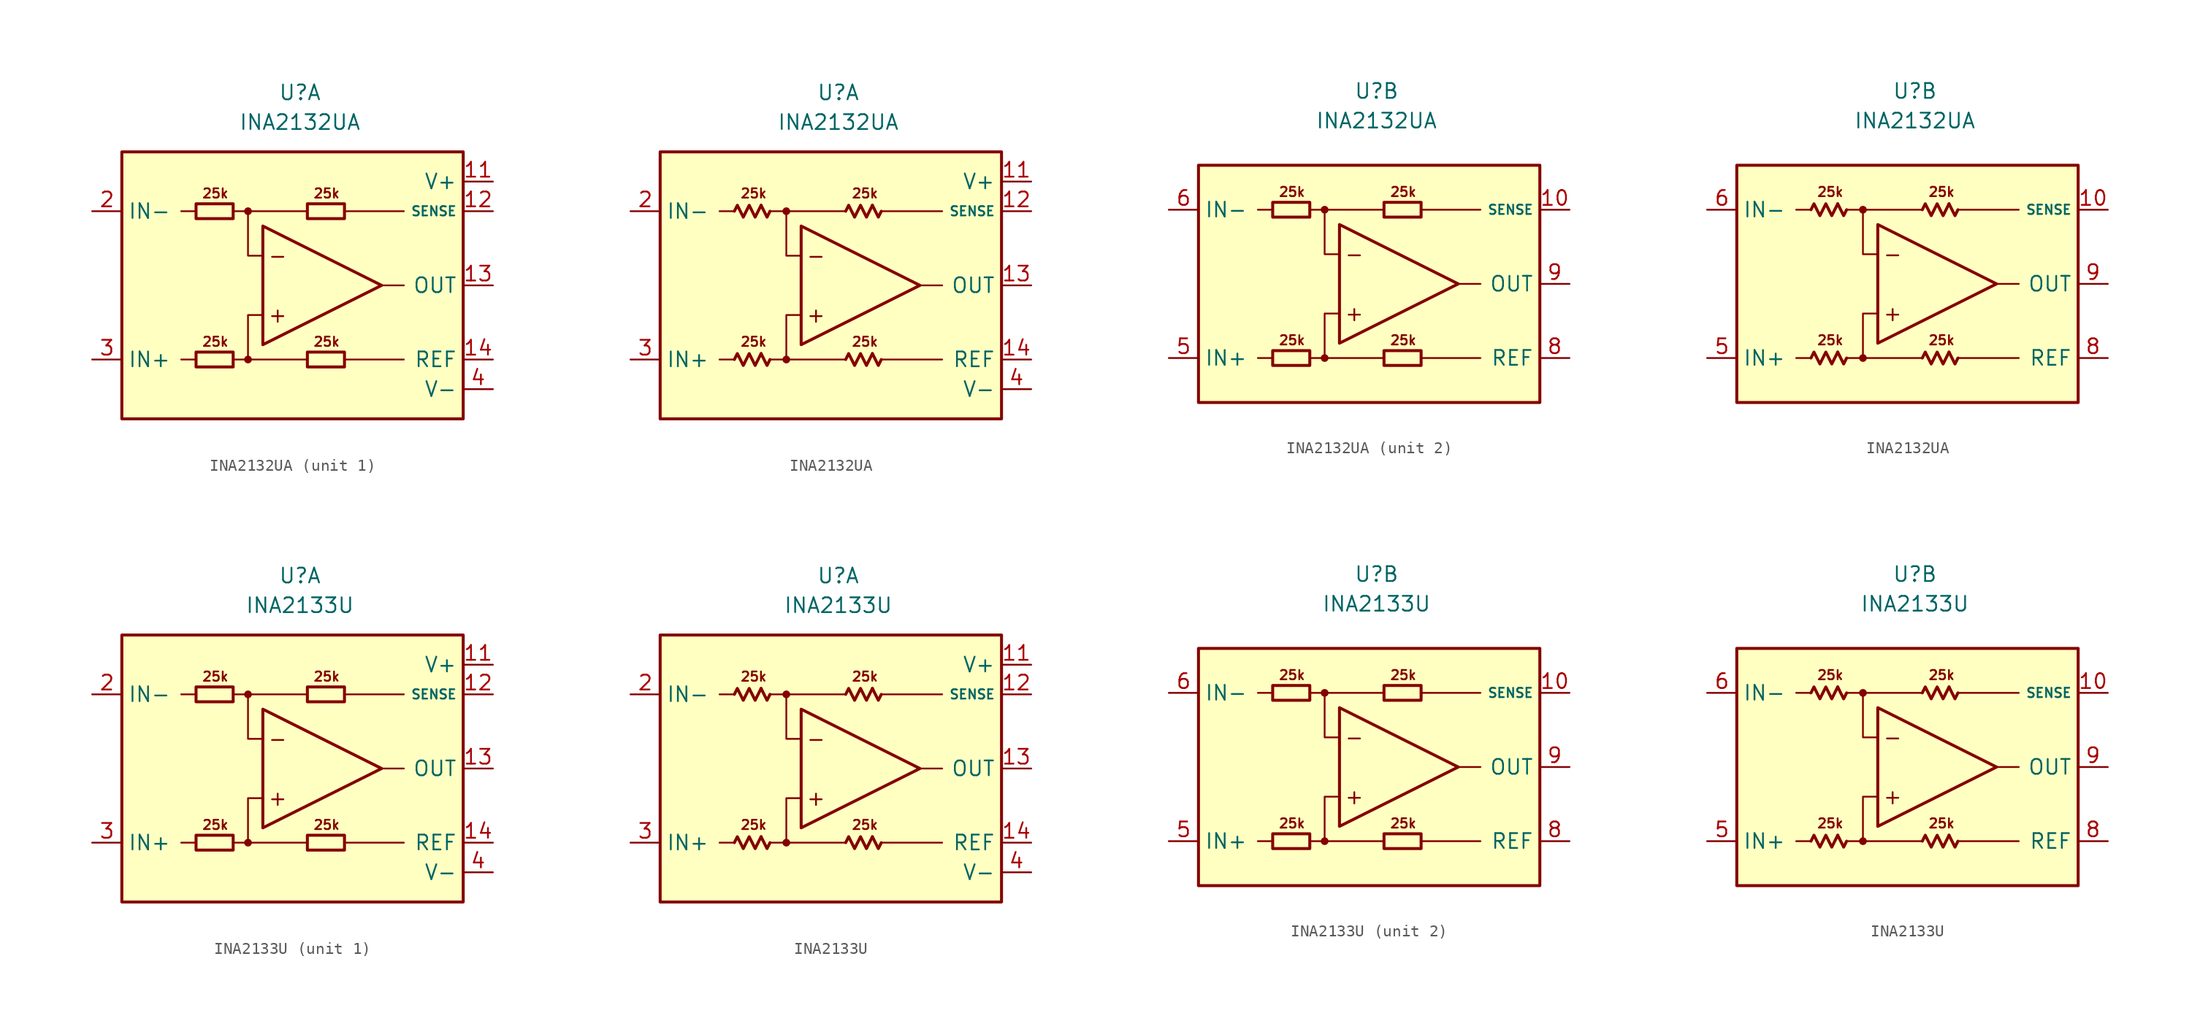
<source format=kicad_sym>
(kicad_symbol_lib
  (version 20231120)
  (generator "kicad_symbol_editor")
  (generator_version "8.0")
  (symbol "INA2132UA"
    (property "Reference" "U"
      (at 0 16.51 0)
      (effects (font (size 1.27 1.27))))
    (property "Value" "INA2132UA"
      (at 0 13.97 0)
      (effects (font (size 1.27 1.27))))
    (property "ki_locked" ""
      (at 0 0 0)
      (effects (font (size 1.27 1.27))))
    (symbol "INA2132UA_0_0"
      (circle (center -4.445 -6.35) (radius 0.254) (stroke (width 0.152) (type default)) (fill (type outline)))
      (circle (center -4.445 6.35) (radius 0.254) (stroke (width 0.152) (type default)) (fill (type outline)))
      (polyline (pts (xy -8.89 -6.35) (xy -10.16 -6.35)) (stroke (width 0.152) (type default)) (fill (type none)))
      (polyline (pts (xy -8.89 6.35) (xy -10.16 6.35)) (stroke (width 0.152) (type default)) (fill (type none)))
      (polyline (pts (xy -4.445 6.35) (xy 0.635 6.35)) (stroke (width 0.152) (type default)) (fill (type none)))
      (polyline (pts (xy 0.635 -6.35) (xy -4.445 -6.35)) (stroke (width 0.152) (type default)) (fill (type none)))
      (polyline (pts (xy 3.81 -6.35) (xy 8.89 -6.35)) (stroke (width 0.152) (type default)) (fill (type none)))
      (polyline (pts (xy 3.81 6.35) (xy 8.89 6.35)) (stroke (width 0.152) (type default)) (fill (type none)))
      (polyline (pts (xy 6.985 0) (xy 8.89 0)) (stroke (width 0.152) (type default)) (fill (type none)))
      (polyline (pts (xy -5.715 -6.35) (xy -4.445 -6.35) (xy -4.445 -2.54) (xy -3.175 -2.54)) (stroke (width 0.152) (type default)) (fill (type none)))
      (polyline (pts (xy -3.175 2.54) (xy -4.445 2.54) (xy -4.445 6.35) (xy -5.715 6.35)) (stroke (width 0.152) (type default)) (fill (type none)))
      (polyline (pts (xy -3.175 5.08) (xy -3.175 -5.08) (xy 6.985 0) (xy -3.175 5.08)) (stroke (width 0.254) (type default)) (fill (type none)))
      (text "+" (at -1.905 -2.54 0) (effects (font (size 1.27 1.27))))
      (text "-" (at -1.905 2.54 0) (effects (font (size 1.27 1.27))))
      (text "25k" (at -7.239 -4.826 0) (effects (font (size 0.8 0.8))))
      (text "25k" (at -7.239 7.874 0) (effects (font (size 0.8 0.8))))
      (text "25k" (at 2.286 -4.826 0) (effects (font (size 0.8 0.8))))
      (text "25k" (at 2.286 7.874 0) (effects (font (size 0.8 0.8)))))
    (symbol "INA2132UA_0_1"
      (rectangle (start -8.89 -5.715) (end -5.715 -6.985) (stroke (width 0.254) (type default)) (fill (type none)))
      (rectangle (start -8.89 6.985) (end -5.715 5.715) (stroke (width 0.254) (type default)) (fill (type none)))
      (rectangle (start 0.635 -5.715) (end 3.81 -6.985) (stroke (width 0.254) (type default)) (fill (type none)))
      (rectangle (start 0.635 6.985) (end 3.81 5.715) (stroke (width 0.254) (type default)) (fill (type none))))
    (symbol "INA2132UA_0_2"
      (polyline (pts (xy -6.604 -5.842) (xy -6.096 -6.858) (xy -5.842 -6.35)) (stroke (width 0.254) (type default)) (fill (type none)))
      (polyline (pts (xy -6.604 6.858) (xy -6.096 5.842) (xy -5.842 6.35)) (stroke (width 0.254) (type default)) (fill (type none)))
      (polyline (pts (xy 2.921 -5.842) (xy 3.429 -6.858) (xy 3.683 -6.35)) (stroke (width 0.254) (type default)) (fill (type none)))
      (polyline (pts (xy 2.921 6.858) (xy 3.429 5.842) (xy 3.683 6.35)) (stroke (width 0.254) (type default)) (fill (type none)))
      (polyline (pts (xy -8.89 -6.35) (xy -8.636 -5.842) (xy -8.128 -6.858) (xy -7.62 -5.842) (xy -7.112 -6.858) (xy -6.604 -5.842)) (stroke (width 0.254) (type default)) (fill (type none)))
      (polyline (pts (xy -8.89 6.35) (xy -8.636 6.858) (xy -8.128 5.842) (xy -7.62 6.858) (xy -7.112 5.842) (xy -6.604 6.858)) (stroke (width 0.254) (type default)) (fill (type none)))
      (polyline (pts (xy 0.635 -6.35) (xy 0.889 -5.842) (xy 1.397 -6.858) (xy 1.905 -5.842) (xy 2.413 -6.858) (xy 2.921 -5.842)) (stroke (width 0.254) (type default)) (fill (type none)))
      (polyline (pts (xy 0.635 6.35) (xy 0.889 6.858) (xy 1.397 5.842) (xy 1.905 6.858) (xy 2.413 5.842) (xy 2.921 6.858)) (stroke (width 0.254) (type default)) (fill (type none))))
    (symbol "INA2132UA_1_0"
      (rectangle (start -15.24 11.43) (end 13.97 -11.43) (stroke (width 0.254) (type default)) (fill (type background))))
    (symbol "INA2132UA_1_1"
      (pin free line (at -10.16 1.27 0) (length 2.54) hide (name "NC" (effects (font (size 1.27 1.27)))) (number "1" (effects (font (size 1.27 1.27)))))
      (pin power_in line (at 16.51 8.89 180) (length 2.54) (name "V+" (effects (font (size 1.27 1.27)))) (number "11" (effects (font (size 1.27 1.27)))))
      (pin input line (at 16.51 6.35 180) (length 2.54) (name "SENSE" (effects (font (size 0.8 0.8)))) (number "12" (effects (font (size 1.27 1.27)))))
      (pin output line (at 16.51 0 180) (length 2.54) (name "OUT" (effects (font (size 1.27 1.27)))) (number "13" (effects (font (size 1.27 1.27)))))
      (pin input line (at 16.51 -6.35 180) (length 2.54) (name "REF" (effects (font (size 1.27 1.27)))) (number "14" (effects (font (size 1.27 1.27)))))
      (pin input line (at -17.78 6.35 0) (length 2.54) (name "IN-" (effects (font (size 1.27 1.27)))) (number "2" (effects (font (size 1.27 1.27)))))
      (pin input line (at -17.78 -6.35 0) (length 2.54) (name "IN+" (effects (font (size 1.27 1.27)))) (number "3" (effects (font (size 1.27 1.27)))))
      (pin power_in line (at 16.51 -8.89 180) (length 2.54) (name "V-" (effects (font (size 1.27 1.27)))) (number "4" (effects (font (size 1.27 1.27)))))
      (pin free line (at -10.16 -1.27 0) (length 2.54) hide (name "NC" (effects (font (size 1.27 1.27)))) (number "7" (effects (font (size 1.27 1.27))))))
    (symbol "INA2132UA_1_2"
      (pin free line (at -10.16 1.27 0) (length 2.54) hide (name "NC" (effects (font (size 1.27 1.27)))) (number "1" (effects (font (size 1.27 1.27)))))
      (pin power_in line (at 16.51 8.89 180) (length 2.54) (name "V+" (effects (font (size 1.27 1.27)))) (number "11" (effects (font (size 1.27 1.27)))))
      (pin input line (at 16.51 6.35 180) (length 2.54) (name "SENSE" (effects (font (size 0.8 0.8)))) (number "12" (effects (font (size 1.27 1.27)))))
      (pin output line (at 16.51 0 180) (length 2.54) (name "OUT" (effects (font (size 1.27 1.27)))) (number "13" (effects (font (size 1.27 1.27)))))
      (pin input line (at 16.51 -6.35 180) (length 2.54) (name "REF" (effects (font (size 1.27 1.27)))) (number "14" (effects (font (size 1.27 1.27)))))
      (pin input line (at -17.78 6.35 0) (length 2.54) (name "IN-" (effects (font (size 1.27 1.27)))) (number "2" (effects (font (size 1.27 1.27)))))
      (pin input line (at -17.78 -6.35 0) (length 2.54) (name "IN+" (effects (font (size 1.27 1.27)))) (number "3" (effects (font (size 1.27 1.27)))))
      (pin power_in line (at 16.51 -8.89 180) (length 2.54) (name "V-" (effects (font (size 1.27 1.27)))) (number "4" (effects (font (size 1.27 1.27)))))
      (pin free line (at -10.16 -1.27 0) (length 2.54) hide (name "NC" (effects (font (size 1.27 1.27)))) (number "7" (effects (font (size 1.27 1.27))))))
    (symbol "INA2132UA_2_0"
      (rectangle (start -15.24 10.16) (end 13.97 -10.16) (stroke (width 0.254) (type default)) (fill (type background))))
    (symbol "INA2132UA_2_1"
      (pin input line (at 16.51 6.35 180) (length 2.54) (name "SENSE" (effects (font (size 0.8 0.8)))) (number "10" (effects (font (size 1.27 1.27)))))
      (pin input line (at -17.78 -6.35 0) (length 2.54) (name "IN+" (effects (font (size 1.27 1.27)))) (number "5" (effects (font (size 1.27 1.27)))))
      (pin input line (at -17.78 6.35 0) (length 2.54) (name "IN-" (effects (font (size 1.27 1.27)))) (number "6" (effects (font (size 1.27 1.27)))))
      (pin input line (at 16.51 -6.35 180) (length 2.54) (name "REF" (effects (font (size 1.27 1.27)))) (number "8" (effects (font (size 1.27 1.27)))))
      (pin output line (at 16.51 0 180) (length 2.54) (name "OUT" (effects (font (size 1.27 1.27)))) (number "9" (effects (font (size 1.27 1.27))))))
    (symbol "INA2132UA_2_2"
      (pin input line (at 16.51 6.35 180) (length 2.54) (name "SENSE" (effects (font (size 0.8 0.8)))) (number "10" (effects (font (size 1.27 1.27)))))
      (pin input line (at -17.78 -6.35 0) (length 2.54) (name "IN+" (effects (font (size 1.27 1.27)))) (number "5" (effects (font (size 1.27 1.27)))))
      (pin input line (at -17.78 6.35 0) (length 2.54) (name "IN-" (effects (font (size 1.27 1.27)))) (number "6" (effects (font (size 1.27 1.27)))))
      (pin input line (at 16.51 -6.35 180) (length 2.54) (name "REF" (effects (font (size 1.27 1.27)))) (number "8" (effects (font (size 1.27 1.27)))))
      (pin output line (at 16.51 0 180) (length 2.54) (name "OUT" (effects (font (size 1.27 1.27)))) (number "9" (effects (font (size 1.27 1.27)))))))
  (symbol "INA2133U"
    (property "Reference" "U"
      (at 0 16.51 0)
      (effects (font (size 1.27 1.27))))
    (property "Value" "INA2133U"
      (at 0 13.97 0)
      (effects (font (size 1.27 1.27))))
    (property "ki_locked" ""
      (at 0 0 0)
      (effects (font (size 1.27 1.27))))
    (symbol "INA2133U_0_0"
      (circle (center -4.445 -6.35) (radius 0.254) (stroke (width 0.152) (type default)) (fill (type outline)))
      (circle (center -4.445 6.35) (radius 0.254) (stroke (width 0.152) (type default)) (fill (type outline)))
      (polyline (pts (xy -8.89 -6.35) (xy -10.16 -6.35)) (stroke (width 0.152) (type default)) (fill (type none)))
      (polyline (pts (xy -8.89 6.35) (xy -10.16 6.35)) (stroke (width 0.152) (type default)) (fill (type none)))
      (polyline (pts (xy -4.445 6.35) (xy 0.635 6.35)) (stroke (width 0.152) (type default)) (fill (type none)))
      (polyline (pts (xy 0.635 -6.35) (xy -4.445 -6.35)) (stroke (width 0.152) (type default)) (fill (type none)))
      (polyline (pts (xy 3.81 -6.35) (xy 8.89 -6.35)) (stroke (width 0.152) (type default)) (fill (type none)))
      (polyline (pts (xy 3.81 6.35) (xy 8.89 6.35)) (stroke (width 0.152) (type default)) (fill (type none)))
      (polyline (pts (xy 8.89 0) (xy 6.985 0)) (stroke (width 0.152) (type default)) (fill (type none)))
      (polyline (pts (xy -5.715 -6.35) (xy -4.445 -6.35) (xy -4.445 -2.54) (xy -3.175 -2.54)) (stroke (width 0.152) (type default)) (fill (type none)))
      (polyline (pts (xy -3.175 2.54) (xy -4.445 2.54) (xy -4.445 6.35) (xy -5.715 6.35)) (stroke (width 0.152) (type default)) (fill (type none)))
      (polyline (pts (xy -3.175 5.08) (xy -3.175 -5.08) (xy 6.985 0) (xy -3.175 5.08)) (stroke (width 0.254) (type default)) (fill (type none)))
      (text "+" (at -1.905 -2.54 0) (effects (font (size 1.27 1.27))))
      (text "-" (at -1.905 2.54 0) (effects (font (size 1.27 1.27))))
      (text "25k" (at -7.239 -4.826 0) (effects (font (size 0.8 0.8))))
      (text "25k" (at -7.239 7.874 0) (effects (font (size 0.8 0.8))))
      (text "25k" (at 2.286 -4.826 0) (effects (font (size 0.8 0.8))))
      (text "25k" (at 2.286 7.874 0) (effects (font (size 0.8 0.8)))))
    (symbol "INA2133U_0_1"
      (rectangle (start -8.89 -5.715) (end -5.715 -6.985) (stroke (width 0.254) (type default)) (fill (type none)))
      (rectangle (start -8.89 6.985) (end -5.715 5.715) (stroke (width 0.254) (type default)) (fill (type none)))
      (rectangle (start 0.635 -5.715) (end 3.81 -6.985) (stroke (width 0.254) (type default)) (fill (type none)))
      (rectangle (start 0.635 6.985) (end 3.81 5.715) (stroke (width 0.254) (type default)) (fill (type none))))
    (symbol "INA2133U_0_2"
      (polyline (pts (xy -6.604 -5.842) (xy -6.096 -6.858) (xy -5.842 -6.35)) (stroke (width 0.254) (type default)) (fill (type none)))
      (polyline (pts (xy -6.604 6.858) (xy -6.096 5.842) (xy -5.842 6.35)) (stroke (width 0.254) (type default)) (fill (type none)))
      (polyline (pts (xy 2.921 -5.842) (xy 3.429 -6.858) (xy 3.683 -6.35)) (stroke (width 0.254) (type default)) (fill (type none)))
      (polyline (pts (xy 2.921 6.858) (xy 3.429 5.842) (xy 3.683 6.35)) (stroke (width 0.254) (type default)) (fill (type none)))
      (polyline (pts (xy -8.89 -6.35) (xy -8.636 -5.842) (xy -8.128 -6.858) (xy -7.62 -5.842) (xy -7.112 -6.858) (xy -6.604 -5.842)) (stroke (width 0.254) (type default)) (fill (type none)))
      (polyline (pts (xy -8.89 6.35) (xy -8.636 6.858) (xy -8.128 5.842) (xy -7.62 6.858) (xy -7.112 5.842) (xy -6.604 6.858)) (stroke (width 0.254) (type default)) (fill (type none)))
      (polyline (pts (xy 0.635 -6.35) (xy 0.889 -5.842) (xy 1.397 -6.858) (xy 1.905 -5.842) (xy 2.413 -6.858) (xy 2.921 -5.842)) (stroke (width 0.254) (type default)) (fill (type none)))
      (polyline (pts (xy 0.635 6.35) (xy 0.889 6.858) (xy 1.397 5.842) (xy 1.905 6.858) (xy 2.413 5.842) (xy 2.921 6.858)) (stroke (width 0.254) (type default)) (fill (type none))))
    (symbol "INA2133U_1_0"
      (rectangle (start -15.24 11.43) (end 13.97 -11.43) (stroke (width 0.254) (type default)) (fill (type background))))
    (symbol "INA2133U_1_1"
      (pin free line (at -10.16 1.27 0) (length 2.54) hide (name "NC" (effects (font (size 1.27 1.27)))) (number "1" (effects (font (size 1.27 1.27)))))
      (pin power_in line (at 16.51 8.89 180) (length 2.54) (name "V+" (effects (font (size 1.27 1.27)))) (number "11" (effects (font (size 1.27 1.27)))))
      (pin input line (at 16.51 6.35 180) (length 2.54) (name "SENSE" (effects (font (size 0.8 0.8)))) (number "12" (effects (font (size 1.27 1.27)))))
      (pin output line (at 16.51 0 180) (length 2.54) (name "OUT" (effects (font (size 1.27 1.27)))) (number "13" (effects (font (size 1.27 1.27)))))
      (pin input line (at 16.51 -6.35 180) (length 2.54) (name "REF" (effects (font (size 1.27 1.27)))) (number "14" (effects (font (size 1.27 1.27)))))
      (pin input line (at -17.78 6.35 0) (length 2.54) (name "IN-" (effects (font (size 1.27 1.27)))) (number "2" (effects (font (size 1.27 1.27)))))
      (pin input line (at -17.78 -6.35 0) (length 2.54) (name "IN+" (effects (font (size 1.27 1.27)))) (number "3" (effects (font (size 1.27 1.27)))))
      (pin power_in line (at 16.51 -8.89 180) (length 2.54) (name "V-" (effects (font (size 1.27 1.27)))) (number "4" (effects (font (size 1.27 1.27)))))
      (pin free line (at -10.16 -1.27 0) (length 2.54) hide (name "NC" (effects (font (size 1.27 1.27)))) (number "7" (effects (font (size 1.27 1.27))))))
    (symbol "INA2133U_1_2"
      (pin free line (at -10.16 1.27 0) (length 2.54) hide (name "NC" (effects (font (size 1.27 1.27)))) (number "1" (effects (font (size 1.27 1.27)))))
      (pin power_in line (at 16.51 8.89 180) (length 2.54) (name "V+" (effects (font (size 1.27 1.27)))) (number "11" (effects (font (size 1.27 1.27)))))
      (pin input line (at 16.51 6.35 180) (length 2.54) (name "SENSE" (effects (font (size 0.8 0.8)))) (number "12" (effects (font (size 1.27 1.27)))))
      (pin output line (at 16.51 0 180) (length 2.54) (name "OUT" (effects (font (size 1.27 1.27)))) (number "13" (effects (font (size 1.27 1.27)))))
      (pin input line (at 16.51 -6.35 180) (length 2.54) (name "REF" (effects (font (size 1.27 1.27)))) (number "14" (effects (font (size 1.27 1.27)))))
      (pin input line (at -17.78 6.35 0) (length 2.54) (name "IN-" (effects (font (size 1.27 1.27)))) (number "2" (effects (font (size 1.27 1.27)))))
      (pin input line (at -17.78 -6.35 0) (length 2.54) (name "IN+" (effects (font (size 1.27 1.27)))) (number "3" (effects (font (size 1.27 1.27)))))
      (pin power_in line (at 16.51 -8.89 180) (length 2.54) (name "V-" (effects (font (size 1.27 1.27)))) (number "4" (effects (font (size 1.27 1.27)))))
      (pin free line (at -10.16 -1.27 0) (length 2.54) hide (name "NC" (effects (font (size 1.27 1.27)))) (number "7" (effects (font (size 1.27 1.27))))))
    (symbol "INA2133U_2_0"
      (rectangle (start -15.24 10.16) (end 13.97 -10.16) (stroke (width 0.254) (type default)) (fill (type background))))
    (symbol "INA2133U_2_1"
      (pin input line (at 16.51 6.35 180) (length 2.54) (name "SENSE" (effects (font (size 0.8 0.8)))) (number "10" (effects (font (size 1.27 1.27)))))
      (pin input line (at -17.78 -6.35 0) (length 2.54) (name "IN+" (effects (font (size 1.27 1.27)))) (number "5" (effects (font (size 1.27 1.27)))))
      (pin input line (at -17.78 6.35 0) (length 2.54) (name "IN-" (effects (font (size 1.27 1.27)))) (number "6" (effects (font (size 1.27 1.27)))))
      (pin input line (at 16.51 -6.35 180) (length 2.54) (name "REF" (effects (font (size 1.27 1.27)))) (number "8" (effects (font (size 1.27 1.27)))))
      (pin output line (at 16.51 0 180) (length 2.54) (name "OUT" (effects (font (size 1.27 1.27)))) (number "9" (effects (font (size 1.27 1.27))))))
    (symbol "INA2133U_2_2"
      (pin input line (at 16.51 6.35 180) (length 2.54) (name "SENSE" (effects (font (size 0.8 0.8)))) (number "10" (effects (font (size 1.27 1.27)))))
      (pin input line (at -17.78 -6.35 0) (length 2.54) (name "IN+" (effects (font (size 1.27 1.27)))) (number "5" (effects (font (size 1.27 1.27)))))
      (pin input line (at -17.78 6.35 0) (length 2.54) (name "IN-" (effects (font (size 1.27 1.27)))) (number "6" (effects (font (size 1.27 1.27)))))
      (pin input line (at 16.51 -6.35 180) (length 2.54) (name "REF" (effects (font (size 1.27 1.27)))) (number "8" (effects (font (size 1.27 1.27)))))
      (pin output line (at 16.51 0 180) (length 2.54) (name "OUT" (effects (font (size 1.27 1.27)))) (number "9" (effects (font (size 1.27 1.27))))))))
</source>
